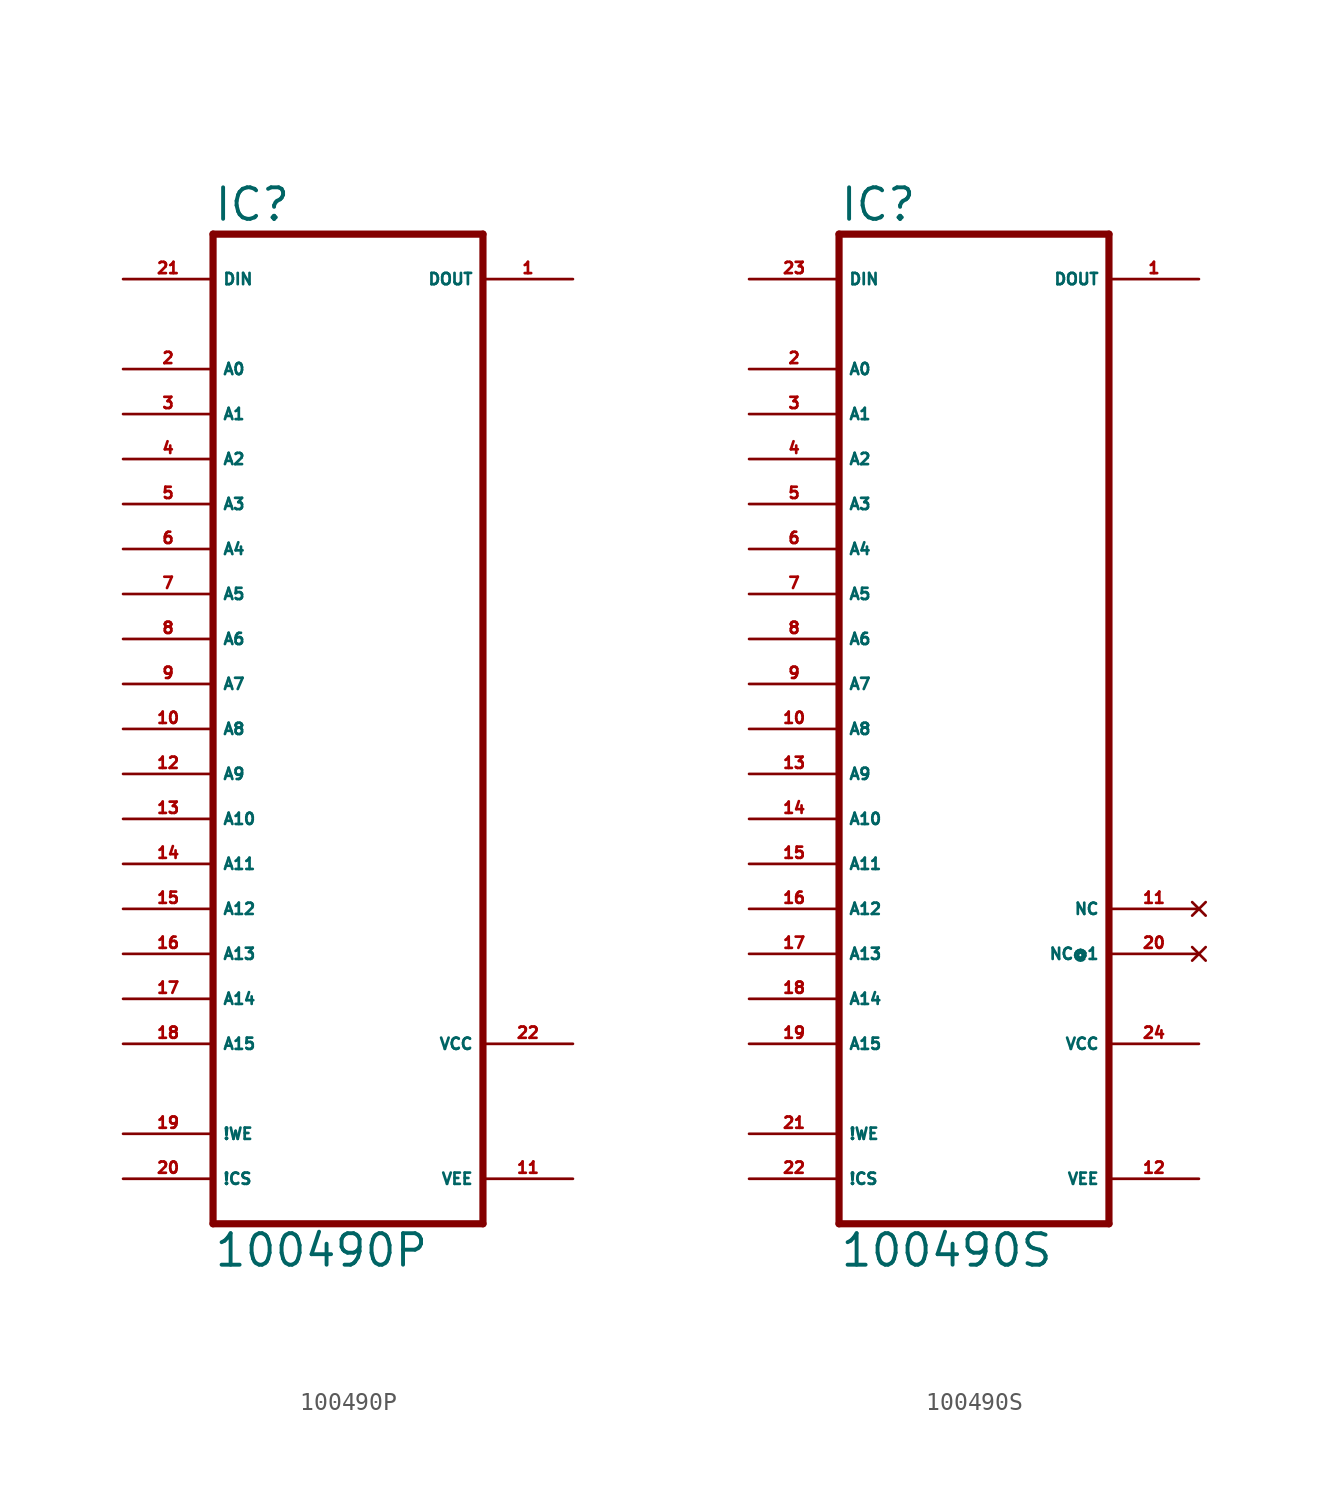
<source format=kicad_sym>
(kicad_symbol_lib
  (version 20220914)
  (generator Eagle2Kicad)
  (symbol "100490P"
    (property "Reference" "IC"
      (at -7.62 28.575 0)
      (effects (font (size 1.778 1.778) (thickness 0.22)) (justify left bottom)))
    (property "Value" "100490P"
      (at -7.62 -30.48 0)
      (effects (font (size 1.778 1.778) (thickness 0.22)) (justify left bottom)))
    (polyline
      (pts (xy -7.62 -27.94) (xy 7.62 -27.94))
      (stroke (width 0.406) (type default))
      (fill (type none)))
    (polyline
      (pts (xy 7.62 -27.94) (xy 7.62 27.94))
      (stroke (width 0.406) (type default))
      (fill (type none)))
    (polyline
      (pts (xy 7.62 27.94) (xy -7.62 27.94))
      (stroke (width 0.406) (type default))
      (fill (type none)))
    (polyline
      (pts (xy -7.62 27.94) (xy -7.62 -27.94))
      (stroke (width 0.406) (type default))
      (fill (type none)))
    (pin input line
      (at -12.7 20.32 0)
      (length 5.08)
      (name "A0" (effects (font (size 0.635 0.635) (thickness 0.08)) (justify left bottom)))
      (number "2" (effects (font (size 0.635 0.635) (thickness 0.08)) (justify left bottom))))
    (pin input line
      (at -12.7 17.78 0)
      (length 5.08)
      (name "A1" (effects (font (size 0.635 0.635) (thickness 0.08)) (justify left bottom)))
      (number "3" (effects (font (size 0.635 0.635) (thickness 0.08)) (justify left bottom))))
    (pin input line
      (at -12.7 15.24 0)
      (length 5.08)
      (name "A2" (effects (font (size 0.635 0.635) (thickness 0.08)) (justify left bottom)))
      (number "4" (effects (font (size 0.635 0.635) (thickness 0.08)) (justify left bottom))))
    (pin input line
      (at -12.7 12.7 0)
      (length 5.08)
      (name "A3" (effects (font (size 0.635 0.635) (thickness 0.08)) (justify left bottom)))
      (number "5" (effects (font (size 0.635 0.635) (thickness 0.08)) (justify left bottom))))
    (pin input line
      (at -12.7 10.16 0)
      (length 5.08)
      (name "A4" (effects (font (size 0.635 0.635) (thickness 0.08)) (justify left bottom)))
      (number "6" (effects (font (size 0.635 0.635) (thickness 0.08)) (justify left bottom))))
    (pin input line
      (at -12.7 7.62 0)
      (length 5.08)
      (name "A5" (effects (font (size 0.635 0.635) (thickness 0.08)) (justify left bottom)))
      (number "7" (effects (font (size 0.635 0.635) (thickness 0.08)) (justify left bottom))))
    (pin input line
      (at -12.7 5.08 0)
      (length 5.08)
      (name "A6" (effects (font (size 0.635 0.635) (thickness 0.08)) (justify left bottom)))
      (number "8" (effects (font (size 0.635 0.635) (thickness 0.08)) (justify left bottom))))
    (pin input line
      (at -12.7 2.54 0)
      (length 5.08)
      (name "A7" (effects (font (size 0.635 0.635) (thickness 0.08)) (justify left bottom)))
      (number "9" (effects (font (size 0.635 0.635) (thickness 0.08)) (justify left bottom))))
    (pin input line
      (at -12.7 0 0)
      (length 5.08)
      (name "A8" (effects (font (size 0.635 0.635) (thickness 0.08)) (justify left bottom)))
      (number "10" (effects (font (size 0.635 0.635) (thickness 0.08)) (justify left bottom))))
    (pin input line
      (at -12.7 -2.54 0)
      (length 5.08)
      (name "A9" (effects (font (size 0.635 0.635) (thickness 0.08)) (justify left bottom)))
      (number "12" (effects (font (size 0.635 0.635) (thickness 0.08)) (justify left bottom))))
    (pin input line
      (at -12.7 -5.08 0)
      (length 5.08)
      (name "A10" (effects (font (size 0.635 0.635) (thickness 0.08)) (justify left bottom)))
      (number "13" (effects (font (size 0.635 0.635) (thickness 0.08)) (justify left bottom))))
    (pin input line
      (at -12.7 -7.62 0)
      (length 5.08)
      (name "A11" (effects (font (size 0.635 0.635) (thickness 0.08)) (justify left bottom)))
      (number "14" (effects (font (size 0.635 0.635) (thickness 0.08)) (justify left bottom))))
    (pin input line
      (at -12.7 -10.16 0)
      (length 5.08)
      (name "A12" (effects (font (size 0.635 0.635) (thickness 0.08)) (justify left bottom)))
      (number "15" (effects (font (size 0.635 0.635) (thickness 0.08)) (justify left bottom))))
    (pin input line
      (at -12.7 -12.7 0)
      (length 5.08)
      (name "A13" (effects (font (size 0.635 0.635) (thickness 0.08)) (justify left bottom)))
      (number "16" (effects (font (size 0.635 0.635) (thickness 0.08)) (justify left bottom))))
    (pin input line
      (at -12.7 -15.24 0)
      (length 5.08)
      (name "A14" (effects (font (size 0.635 0.635) (thickness 0.08)) (justify left bottom)))
      (number "17" (effects (font (size 0.635 0.635) (thickness 0.08)) (justify left bottom))))
    (pin input line
      (at -12.7 -17.78 0)
      (length 5.08)
      (name "A15" (effects (font (size 0.635 0.635) (thickness 0.08)) (justify left bottom)))
      (number "18" (effects (font (size 0.635 0.635) (thickness 0.08)) (justify left bottom))))
    (pin input line
      (at -12.7 25.4 0)
      (length 5.08)
      (name "DIN" (effects (font (size 0.635 0.635) (thickness 0.08)) (justify left bottom)))
      (number "21" (effects (font (size 0.635 0.635) (thickness 0.08)) (justify left bottom))))
    (pin input line
      (at -12.7 -22.86 0)
      (length 5.08)
      (name "!WE" (effects (font (size 0.635 0.635) (thickness 0.08)) (justify left bottom)))
      (number "19" (effects (font (size 0.635 0.635) (thickness 0.08)) (justify left bottom))))
    (pin input line
      (at -12.7 -25.4 0)
      (length 5.08)
      (name "!CS" (effects (font (size 0.635 0.635) (thickness 0.08)) (justify left bottom)))
      (number "20" (effects (font (size 0.635 0.635) (thickness 0.08)) (justify left bottom))))
    (pin output line
      (at 12.7 25.4 180)
      (length 5.08)
      (name "DOUT" (effects (font (size 0.635 0.635) (thickness 0.08)) (justify left bottom)))
      (number "1" (effects (font (size 0.635 0.635) (thickness 0.08)) (justify left bottom))))
    (pin unspecified line
      (at 12.7 -25.4 180)
      (length 5.08)
      (name "VEE" (effects (font (size 0.635 0.635) (thickness 0.08)) (justify left bottom)))
      (number "11" (effects (font (size 0.635 0.635) (thickness 0.08)) (justify left bottom))))
    (pin unspecified line
      (at 12.7 -17.78 180)
      (length 5.08)
      (name "VCC" (effects (font (size 0.635 0.635) (thickness 0.08)) (justify left bottom)))
      (number "22" (effects (font (size 0.635 0.635) (thickness 0.08)) (justify left bottom)))))
  (symbol "100490S"
    (property "Reference" "IC"
      (at -7.62 28.575 0)
      (effects (font (size 1.778 1.778) (thickness 0.22)) (justify left bottom)))
    (property "Value" "100490S"
      (at -7.62 -30.48 0)
      (effects (font (size 1.778 1.778) (thickness 0.22)) (justify left bottom)))
    (polyline
      (pts (xy -7.62 -27.94) (xy 7.62 -27.94))
      (stroke (width 0.406) (type default))
      (fill (type none)))
    (polyline
      (pts (xy 7.62 -27.94) (xy 7.62 27.94))
      (stroke (width 0.406) (type default))
      (fill (type none)))
    (polyline
      (pts (xy 7.62 27.94) (xy -7.62 27.94))
      (stroke (width 0.406) (type default))
      (fill (type none)))
    (polyline
      (pts (xy -7.62 27.94) (xy -7.62 -27.94))
      (stroke (width 0.406) (type default))
      (fill (type none)))
    (pin input line
      (at -12.7 20.32 0)
      (length 5.08)
      (name "A0" (effects (font (size 0.635 0.635) (thickness 0.08)) (justify left bottom)))
      (number "2" (effects (font (size 0.635 0.635) (thickness 0.08)) (justify left bottom))))
    (pin input line
      (at -12.7 17.78 0)
      (length 5.08)
      (name "A1" (effects (font (size 0.635 0.635) (thickness 0.08)) (justify left bottom)))
      (number "3" (effects (font (size 0.635 0.635) (thickness 0.08)) (justify left bottom))))
    (pin input line
      (at -12.7 15.24 0)
      (length 5.08)
      (name "A2" (effects (font (size 0.635 0.635) (thickness 0.08)) (justify left bottom)))
      (number "4" (effects (font (size 0.635 0.635) (thickness 0.08)) (justify left bottom))))
    (pin input line
      (at -12.7 12.7 0)
      (length 5.08)
      (name "A3" (effects (font (size 0.635 0.635) (thickness 0.08)) (justify left bottom)))
      (number "5" (effects (font (size 0.635 0.635) (thickness 0.08)) (justify left bottom))))
    (pin input line
      (at -12.7 10.16 0)
      (length 5.08)
      (name "A4" (effects (font (size 0.635 0.635) (thickness 0.08)) (justify left bottom)))
      (number "6" (effects (font (size 0.635 0.635) (thickness 0.08)) (justify left bottom))))
    (pin input line
      (at -12.7 7.62 0)
      (length 5.08)
      (name "A5" (effects (font (size 0.635 0.635) (thickness 0.08)) (justify left bottom)))
      (number "7" (effects (font (size 0.635 0.635) (thickness 0.08)) (justify left bottom))))
    (pin input line
      (at -12.7 5.08 0)
      (length 5.08)
      (name "A6" (effects (font (size 0.635 0.635) (thickness 0.08)) (justify left bottom)))
      (number "8" (effects (font (size 0.635 0.635) (thickness 0.08)) (justify left bottom))))
    (pin input line
      (at -12.7 2.54 0)
      (length 5.08)
      (name "A7" (effects (font (size 0.635 0.635) (thickness 0.08)) (justify left bottom)))
      (number "9" (effects (font (size 0.635 0.635) (thickness 0.08)) (justify left bottom))))
    (pin input line
      (at -12.7 0 0)
      (length 5.08)
      (name "A8" (effects (font (size 0.635 0.635) (thickness 0.08)) (justify left bottom)))
      (number "10" (effects (font (size 0.635 0.635) (thickness 0.08)) (justify left bottom))))
    (pin input line
      (at -12.7 -2.54 0)
      (length 5.08)
      (name "A9" (effects (font (size 0.635 0.635) (thickness 0.08)) (justify left bottom)))
      (number "13" (effects (font (size 0.635 0.635) (thickness 0.08)) (justify left bottom))))
    (pin input line
      (at -12.7 -5.08 0)
      (length 5.08)
      (name "A10" (effects (font (size 0.635 0.635) (thickness 0.08)) (justify left bottom)))
      (number "14" (effects (font (size 0.635 0.635) (thickness 0.08)) (justify left bottom))))
    (pin input line
      (at -12.7 -7.62 0)
      (length 5.08)
      (name "A11" (effects (font (size 0.635 0.635) (thickness 0.08)) (justify left bottom)))
      (number "15" (effects (font (size 0.635 0.635) (thickness 0.08)) (justify left bottom))))
    (pin input line
      (at -12.7 -10.16 0)
      (length 5.08)
      (name "A12" (effects (font (size 0.635 0.635) (thickness 0.08)) (justify left bottom)))
      (number "16" (effects (font (size 0.635 0.635) (thickness 0.08)) (justify left bottom))))
    (pin input line
      (at -12.7 -12.7 0)
      (length 5.08)
      (name "A13" (effects (font (size 0.635 0.635) (thickness 0.08)) (justify left bottom)))
      (number "17" (effects (font (size 0.635 0.635) (thickness 0.08)) (justify left bottom))))
    (pin input line
      (at -12.7 -15.24 0)
      (length 5.08)
      (name "A14" (effects (font (size 0.635 0.635) (thickness 0.08)) (justify left bottom)))
      (number "18" (effects (font (size 0.635 0.635) (thickness 0.08)) (justify left bottom))))
    (pin input line
      (at -12.7 -17.78 0)
      (length 5.08)
      (name "A15" (effects (font (size 0.635 0.635) (thickness 0.08)) (justify left bottom)))
      (number "19" (effects (font (size 0.635 0.635) (thickness 0.08)) (justify left bottom))))
    (pin input line
      (at -12.7 25.4 0)
      (length 5.08)
      (name "DIN" (effects (font (size 0.635 0.635) (thickness 0.08)) (justify left bottom)))
      (number "23" (effects (font (size 0.635 0.635) (thickness 0.08)) (justify left bottom))))
    (pin input line
      (at -12.7 -22.86 0)
      (length 5.08)
      (name "!WE" (effects (font (size 0.635 0.635) (thickness 0.08)) (justify left bottom)))
      (number "21" (effects (font (size 0.635 0.635) (thickness 0.08)) (justify left bottom))))
    (pin input line
      (at -12.7 -25.4 0)
      (length 5.08)
      (name "!CS" (effects (font (size 0.635 0.635) (thickness 0.08)) (justify left bottom)))
      (number "22" (effects (font (size 0.635 0.635) (thickness 0.08)) (justify left bottom))))
    (pin output line
      (at 12.7 25.4 180)
      (length 5.08)
      (name "DOUT" (effects (font (size 0.635 0.635) (thickness 0.08)) (justify left bottom)))
      (number "1" (effects (font (size 0.635 0.635) (thickness 0.08)) (justify left bottom))))
    (pin unspecified line
      (at 12.7 -25.4 180)
      (length 5.08)
      (name "VEE" (effects (font (size 0.635 0.635) (thickness 0.08)) (justify left bottom)))
      (number "12" (effects (font (size 0.635 0.635) (thickness 0.08)) (justify left bottom))))
    (pin unspecified line
      (at 12.7 -17.78 180)
      (length 5.08)
      (name "VCC" (effects (font (size 0.635 0.635) (thickness 0.08)) (justify left bottom)))
      (number "24" (effects (font (size 0.635 0.635) (thickness 0.08)) (justify left bottom))))
    (pin no_connect line
      (at 12.7 -12.7 180)
      (length 5.08)
      (name "NC@1" (effects (font (size 0.635 0.635) (thickness 0.08)) (justify left bottom) hide))
      (number "20" (effects (font (size 0.635 0.635) (thickness 0.08)) (justify left bottom) hide)))
    (pin no_connect line
      (at 12.7 -10.16 180)
      (length 5.08)
      (name "NC" (effects (font (size 0.635 0.635) (thickness 0.08)) (justify left bottom) hide))
      (number "11" (effects (font (size 0.635 0.635) (thickness 0.08)) (justify left bottom) hide)))))
</source>
